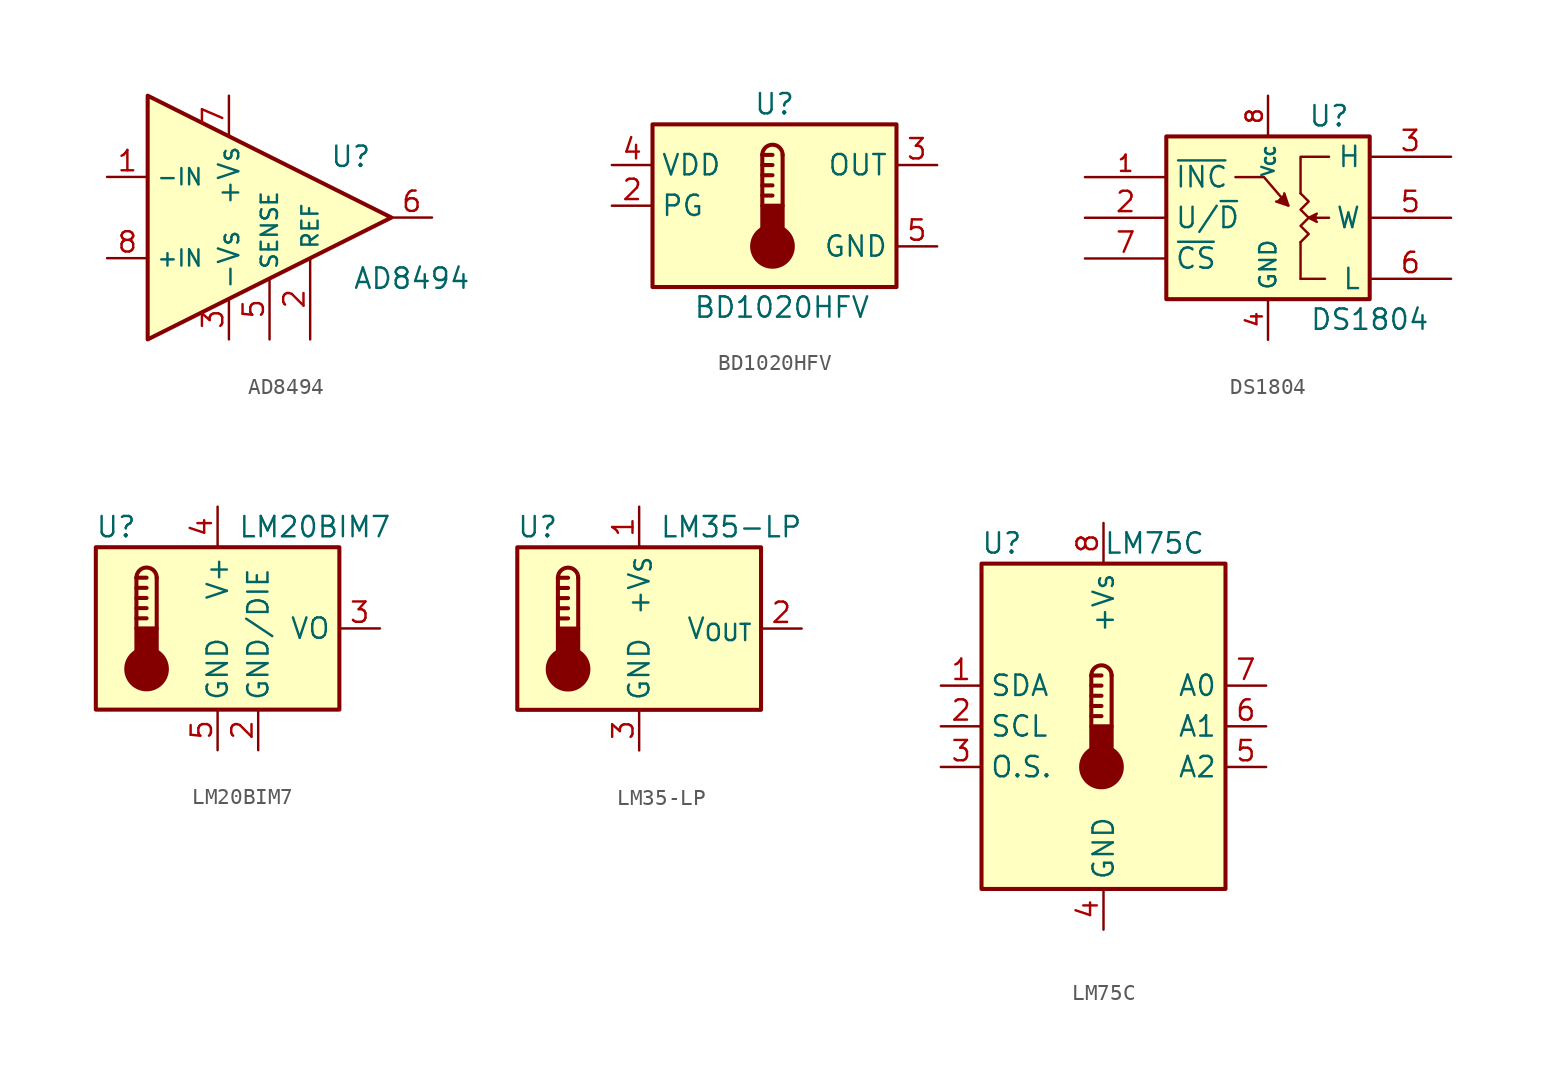
<source format=kicad_sym>
(kicad_symbol_lib
  (version 20220914)
  (generator kicad_symbol_editor)
  (symbol "AD8494"
    (property "Reference" "U"
      (at 5.08 3.81 0)
      (effects (font (size 1.27 1.27))))
    (property "Value" "AD8494"
      (at 8.89 -3.81 0)
      (effects (font (size 1.27 1.27))))
    (symbol "AD8494_0_1"
      (polyline (pts (xy -7.62 7.62) (xy 7.62 0) (xy -7.62 -7.62) (xy -7.62 7.62)) (stroke (width 0.254) (type default)) (fill (type background))))
    (symbol "AD8494_1_1"
      (pin input line (at -10.16 2.54 0) (length 2.54) (name "-IN" (effects (font (size 1.016 1.016)))) (number "1" (effects (font (size 1.27 1.27)))))
      (pin input line (at 2.54 -7.62 90) (length 5.08) (name "REF" (effects (font (size 1.016 1.016)))) (number "2" (effects (font (size 1.27 1.27)))))
      (pin power_in line (at -2.54 -7.62 90) (length 2.54) (name "-Vs" (effects (font (size 1.27 1.27)))) (number "3" (effects (font (size 1.27 1.27)))))
      (pin no_connect line (at -5.08 0 180) (length 2.54) hide (name "NC" (effects (font (size 1.27 1.27)))) (number "4" (effects (font (size 1.27 1.27)))))
      (pin passive line (at 0 -7.62 90) (length 3.81) (name "SENSE" (effects (font (size 1.016 1.016)))) (number "5" (effects (font (size 1.27 1.27)))))
      (pin output line (at 10.16 0 180) (length 2.54) (name "~" (effects (font (size 1.27 1.27)))) (number "6" (effects (font (size 1.27 1.27)))))
      (pin power_in line (at -2.54 7.62 270) (length 2.54) (name "+Vs" (effects (font (size 1.27 1.27)))) (number "7" (effects (font (size 1.27 1.27)))))
      (pin input line (at -10.16 -2.54 0) (length 2.54) (name "+IN" (effects (font (size 1.016 1.016)))) (number "8" (effects (font (size 1.27 1.27)))))))
  (symbol "BD1020HFV"
    (property "Reference" "U"
      (at 0 6.35 0)
      (effects (font (size 1.27 1.27))))
    (property "Value" "BD1020HFV"
      (at -5.08 -6.35 0)
      (effects (font (size 1.27 1.27)) (justify left)))
    (symbol "BD1020HFV_0_1"
      (rectangle (start -7.62 5.08) (end 7.62 -5.08) (stroke (width 0.254) (type default)) (fill (type background)))
      (circle (center -0.127 -2.54) (radius 1.27) (stroke (width 0.254) (type default)) (fill (type outline)))
      (polyline (pts (xy -0.762 0.635) (xy -0.127 0.635)) (stroke (width 0.254) (type default)) (fill (type none)))
      (polyline (pts (xy -0.762 1.27) (xy -0.127 1.27)) (stroke (width 0.254) (type default)) (fill (type none)))
      (polyline (pts (xy -0.762 1.905) (xy -0.127 1.905)) (stroke (width 0.254) (type default)) (fill (type none)))
      (polyline (pts (xy -0.762 2.54) (xy -0.127 2.54)) (stroke (width 0.254) (type default)) (fill (type none)))
      (polyline (pts (xy -0.762 3.175) (xy -0.762 0)) (stroke (width 0.254) (type default)) (fill (type none)))
      (polyline (pts (xy -0.762 3.175) (xy -0.127 3.175)) (stroke (width 0.254) (type default)) (fill (type none)))
      (polyline (pts (xy 0.508 3.175) (xy 0.508 0)) (stroke (width 0.254) (type default)) (fill (type none)))
      (rectangle (start 0.508 -1.905) (end -0.762 0) (stroke (width 0.254) (type default)) (fill (type outline)))
      (arc (start 0.508 3.175) (mid -0.127 3.8073) (end -0.762 3.175) (stroke (width 0.254) (type default)) (fill (type none))))
    (symbol "BD1020HFV_1_1"
      (pin no_connect line (at -7.62 -2.54 0) (length 2.54) hide (name "NC" (effects (font (size 1.27 1.27)))) (number "1" (effects (font (size 1.27 1.27)))))
      (pin passive line (at -10.16 0 0) (length 2.54) (name "PG" (effects (font (size 1.27 1.27)))) (number "2" (effects (font (size 1.27 1.27)))))
      (pin output line (at 10.16 2.54 180) (length 2.54) (name "OUT" (effects (font (size 1.27 1.27)))) (number "3" (effects (font (size 1.27 1.27)))))
      (pin power_in line (at -10.16 2.54 0) (length 2.54) (name "VDD" (effects (font (size 1.27 1.27)))) (number "4" (effects (font (size 1.27 1.27)))))
      (pin power_in line (at 10.16 -2.54 180) (length 2.54) (name "GND" (effects (font (size 1.27 1.27)))) (number "5" (effects (font (size 1.27 1.27)))))))
  (symbol "DS1804"
    (property "Reference" "U"
      (at 3.81 6.35 0)
      (effects (font (size 1.27 1.27))))
    (property "Value" "DS1804"
      (at 6.35 -6.35 0)
      (effects (font (size 1.27 1.27))))
    (symbol "DS1804_0_1"
      (rectangle (start -6.35 5.08) (end 6.35 -5.08) (stroke (width 0.254) (type default)) (fill (type background)))
      (polyline (pts (xy 2.032 -1.524) (xy 2.032 -3.81)) (stroke (width 0) (type default)) (fill (type none)))
      (polyline (pts (xy 3.556 -3.81) (xy 2.032 -3.81)) (stroke (width 0) (type default)) (fill (type none)))
      (polyline (pts (xy 3.81 0) (xy 3.048 0)) (stroke (width 0) (type default)) (fill (type none)))
      (polyline (pts (xy -2.032 2.54) (xy -0.254 2.54) (xy 1.27 0.762)) (stroke (width 0) (type default)) (fill (type none)))
      (polyline (pts (xy 1.016 1.524) (xy 1.27 0.762) (xy 0.508 1.016)) (stroke (width 0) (type default)) (fill (type outline)))
      (polyline (pts (xy 2.032 1.524) (xy 2.032 3.81) (xy 3.81 3.81)) (stroke (width 0) (type default)) (fill (type none)))
      (polyline (pts (xy 3.048 -0.254) (xy 2.54 0) (xy 3.048 0.254)) (stroke (width 0) (type default)) (fill (type outline)))
      (polyline (pts (xy 2.54 0) (xy 2.032 0.508) (xy 2.54 1.016) (xy 2.032 1.524)) (stroke (width 0) (type default)) (fill (type none)))
      (polyline (pts (xy 2.54 0) (xy 2.032 -0.508) (xy 2.54 -1.016) (xy 2.032 -1.524) (xy 2.032 -1.524)) (stroke (width 0) (type default)) (fill (type none))))
    (symbol "DS1804_1_1"
      (pin input line (at -11.43 2.54 0) (length 5.08) (name "~{INC}" (effects (font (size 1.27 1.27)))) (number "1" (effects (font (size 1.016 1.016)))))
      (pin input line (at -11.43 0 0) (length 5.08) (name "U/~{D}" (effects (font (size 1.27 1.27)))) (number "2" (effects (font (size 1.27 1.27)))))
      (pin passive line (at 11.43 3.81 180) (length 5.08) (name "H" (effects (font (size 1.27 1.27)))) (number "3" (effects (font (size 1.27 1.27)))))
      (pin power_in line (at 0 -7.62 90) (length 2.54) (name "GND" (effects (font (size 1.016 1.016)))) (number "4" (effects (font (size 1.016 1.016)))))
      (pin passive line (at 11.43 0 180) (length 5.08) (name "W" (effects (font (size 1.27 1.27)))) (number "5" (effects (font (size 1.27 1.27)))))
      (pin passive line (at 11.43 -3.81 180) (length 5.08) (name "L" (effects (font (size 1.27 1.27)))) (number "6" (effects (font (size 1.27 1.27)))))
      (pin input line (at -11.43 -2.54 0) (length 5.08) (name "~{CS}" (effects (font (size 1.27 1.27)))) (number "7" (effects (font (size 1.27 1.27)))))
      (pin power_in line (at 0 7.62 270) (length 2.54) (name "V_{CC}" (effects (font (size 0.762 0.762)))) (number "8" (effects (font (size 1.016 1.016)))))))
  (symbol "LM20BIM7"
    (property "Reference" "U"
      (at -6.35 6.35 0)
      (effects (font (size 1.27 1.27))))
    (property "Value" "LM20BIM7"
      (at 1.27 6.35 0)
      (effects (font (size 1.27 1.27)) (justify left)))
    (symbol "LM20BIM7_0_1"
      (rectangle (start -7.62 5.08) (end 7.62 -5.08) (stroke (width 0.254) (type default)) (fill (type background)))
      (circle (center -4.445 -2.54) (radius 1.27) (stroke (width 0.254) (type default)) (fill (type outline)))
      (rectangle (start -3.81 -1.905) (end -5.08 0) (stroke (width 0.254) (type default)) (fill (type outline)))
      (arc (start -3.81 3.175) (mid -4.445 3.8073) (end -5.08 3.175) (stroke (width 0.254) (type default)) (fill (type none)))
      (polyline (pts (xy -5.08 0.635) (xy -4.445 0.635)) (stroke (width 0.254) (type default)) (fill (type none)))
      (polyline (pts (xy -5.08 1.27) (xy -4.445 1.27)) (stroke (width 0.254) (type default)) (fill (type none)))
      (polyline (pts (xy -5.08 1.905) (xy -4.445 1.905)) (stroke (width 0.254) (type default)) (fill (type none)))
      (polyline (pts (xy -5.08 2.54) (xy -4.445 2.54)) (stroke (width 0.254) (type default)) (fill (type none)))
      (polyline (pts (xy -5.08 3.175) (xy -5.08 0)) (stroke (width 0.254) (type default)) (fill (type none)))
      (polyline (pts (xy -5.08 3.175) (xy -4.445 3.175)) (stroke (width 0.254) (type default)) (fill (type none)))
      (polyline (pts (xy -3.81 3.175) (xy -3.81 0)) (stroke (width 0.254) (type default)) (fill (type none))))
    (symbol "LM20BIM7_1_1"
      (pin no_connect line (at 5.08 -5.08 90) (length 2.54) hide (name "NC" (effects (font (size 1.27 1.27)))) (number "1" (effects (font (size 1.27 1.27)))))
      (pin passive line (at 2.54 -7.62 90) (length 2.54) (name "GND/DIE" (effects (font (size 1.27 1.27)))) (number "2" (effects (font (size 1.27 1.27)))))
      (pin output line (at 10.16 0 180) (length 2.54) (name "VO" (effects (font (size 1.27 1.27)))) (number "3" (effects (font (size 1.27 1.27)))))
      (pin power_in line (at 0 7.62 270) (length 2.54) (name "V+" (effects (font (size 1.27 1.27)))) (number "4" (effects (font (size 1.27 1.27)))))
      (pin power_in line (at 0 -7.62 90) (length 2.54) (name "GND" (effects (font (size 1.27 1.27)))) (number "5" (effects (font (size 1.27 1.27)))))))
  (symbol "LM35-LP"
    (property "Reference" "U"
      (at -6.35 6.35 0)
      (effects (font (size 1.27 1.27))))
    (property "Value" "LM35-LP"
      (at 1.27 6.35 0)
      (effects (font (size 1.27 1.27)) (justify left)))
    (symbol "LM35-LP_0_1"
      (rectangle (start -7.62 5.08) (end 7.62 -5.08) (stroke (width 0.254) (type default)) (fill (type background)))
      (circle (center -4.445 -2.54) (radius 1.27) (stroke (width 0.254) (type default)) (fill (type outline)))
      (rectangle (start -3.81 -1.905) (end -5.08 0) (stroke (width 0.254) (type default)) (fill (type outline)))
      (arc (start -3.81 3.175) (mid -4.445 3.8073) (end -5.08 3.175) (stroke (width 0.254) (type default)) (fill (type none)))
      (polyline (pts (xy -5.08 0.635) (xy -4.445 0.635)) (stroke (width 0.254) (type default)) (fill (type none)))
      (polyline (pts (xy -5.08 1.27) (xy -4.445 1.27)) (stroke (width 0.254) (type default)) (fill (type none)))
      (polyline (pts (xy -5.08 1.905) (xy -4.445 1.905)) (stroke (width 0.254) (type default)) (fill (type none)))
      (polyline (pts (xy -5.08 2.54) (xy -4.445 2.54)) (stroke (width 0.254) (type default)) (fill (type none)))
      (polyline (pts (xy -5.08 3.175) (xy -5.08 0)) (stroke (width 0.254) (type default)) (fill (type none)))
      (polyline (pts (xy -5.08 3.175) (xy -4.445 3.175)) (stroke (width 0.254) (type default)) (fill (type none)))
      (polyline (pts (xy -3.81 3.175) (xy -3.81 0)) (stroke (width 0.254) (type default)) (fill (type none))))
    (symbol "LM35-LP_1_1"
      (pin power_in line (at 0 7.62 270) (length 2.54) (name "+V_{S}" (effects (font (size 1.27 1.27)))) (number "1" (effects (font (size 1.27 1.27)))))
      (pin output line (at 10.16 0 180) (length 2.54) (name "V_{OUT}" (effects (font (size 1.27 1.27)))) (number "2" (effects (font (size 1.27 1.27)))))
      (pin power_in line (at 0 -7.62 90) (length 2.54) (name "GND" (effects (font (size 1.27 1.27)))) (number "3" (effects (font (size 1.27 1.27)))))))
  (symbol "LM75C"
    (property "Reference" "U"
      (at -6.35 11.43 0)
      (effects (font (size 1.27 1.27))))
    (property "Value" "LM75C"
      (at 0 11.43 0)
      (effects (font (size 1.27 1.27)) (justify left)))
    (symbol "LM75C_0_1"
      (rectangle (start -7.62 10.16) (end 7.62 -10.16) (stroke (width 0.254) (type default)) (fill (type background)))
      (circle (center -0.127 -2.54) (radius 1.27) (stroke (width 0.254) (type default)) (fill (type outline)))
      (polyline (pts (xy -0.762 0.635) (xy -0.127 0.635)) (stroke (width 0.254) (type default)) (fill (type none)))
      (polyline (pts (xy -0.762 1.27) (xy -0.127 1.27)) (stroke (width 0.254) (type default)) (fill (type none)))
      (polyline (pts (xy -0.762 1.905) (xy -0.127 1.905)) (stroke (width 0.254) (type default)) (fill (type none)))
      (polyline (pts (xy -0.762 2.54) (xy -0.127 2.54)) (stroke (width 0.254) (type default)) (fill (type none)))
      (polyline (pts (xy -0.762 3.175) (xy -0.762 0)) (stroke (width 0.254) (type default)) (fill (type none)))
      (polyline (pts (xy -0.762 3.175) (xy -0.127 3.175)) (stroke (width 0.254) (type default)) (fill (type none)))
      (polyline (pts (xy 0.508 3.175) (xy 0.508 0)) (stroke (width 0.254) (type default)) (fill (type none)))
      (rectangle (start 0.508 -1.905) (end -0.762 0) (stroke (width 0.254) (type default)) (fill (type outline)))
      (arc (start 0.508 3.175) (mid -0.127 3.8073) (end -0.762 3.175) (stroke (width 0.254) (type default)) (fill (type none))))
    (symbol "LM75C_1_1"
      (pin bidirectional line (at -10.16 2.54 0) (length 2.54) (name "SDA" (effects (font (size 1.27 1.27)))) (number "1" (effects (font (size 1.27 1.27)))))
      (pin input line (at -10.16 0 0) (length 2.54) (name "SCL" (effects (font (size 1.27 1.27)))) (number "2" (effects (font (size 1.27 1.27)))))
      (pin open_collector line (at -10.16 -2.54 0) (length 2.54) (name "O.S." (effects (font (size 1.27 1.27)))) (number "3" (effects (font (size 1.27 1.27)))))
      (pin power_in line (at 0 -12.7 90) (length 2.54) (name "GND" (effects (font (size 1.27 1.27)))) (number "4" (effects (font (size 1.27 1.27)))))
      (pin input line (at 10.16 -2.54 180) (length 2.54) (name "A2" (effects (font (size 1.27 1.27)))) (number "5" (effects (font (size 1.27 1.27)))))
      (pin input line (at 10.16 0 180) (length 2.54) (name "A1" (effects (font (size 1.27 1.27)))) (number "6" (effects (font (size 1.27 1.27)))))
      (pin input line (at 10.16 2.54 180) (length 2.54) (name "A0" (effects (font (size 1.27 1.27)))) (number "7" (effects (font (size 1.27 1.27)))))
      (pin power_in line (at 0 12.7 270) (length 2.54) (name "+Vs" (effects (font (size 1.27 1.27)))) (number "8" (effects (font (size 1.27 1.27))))))))
</source>
